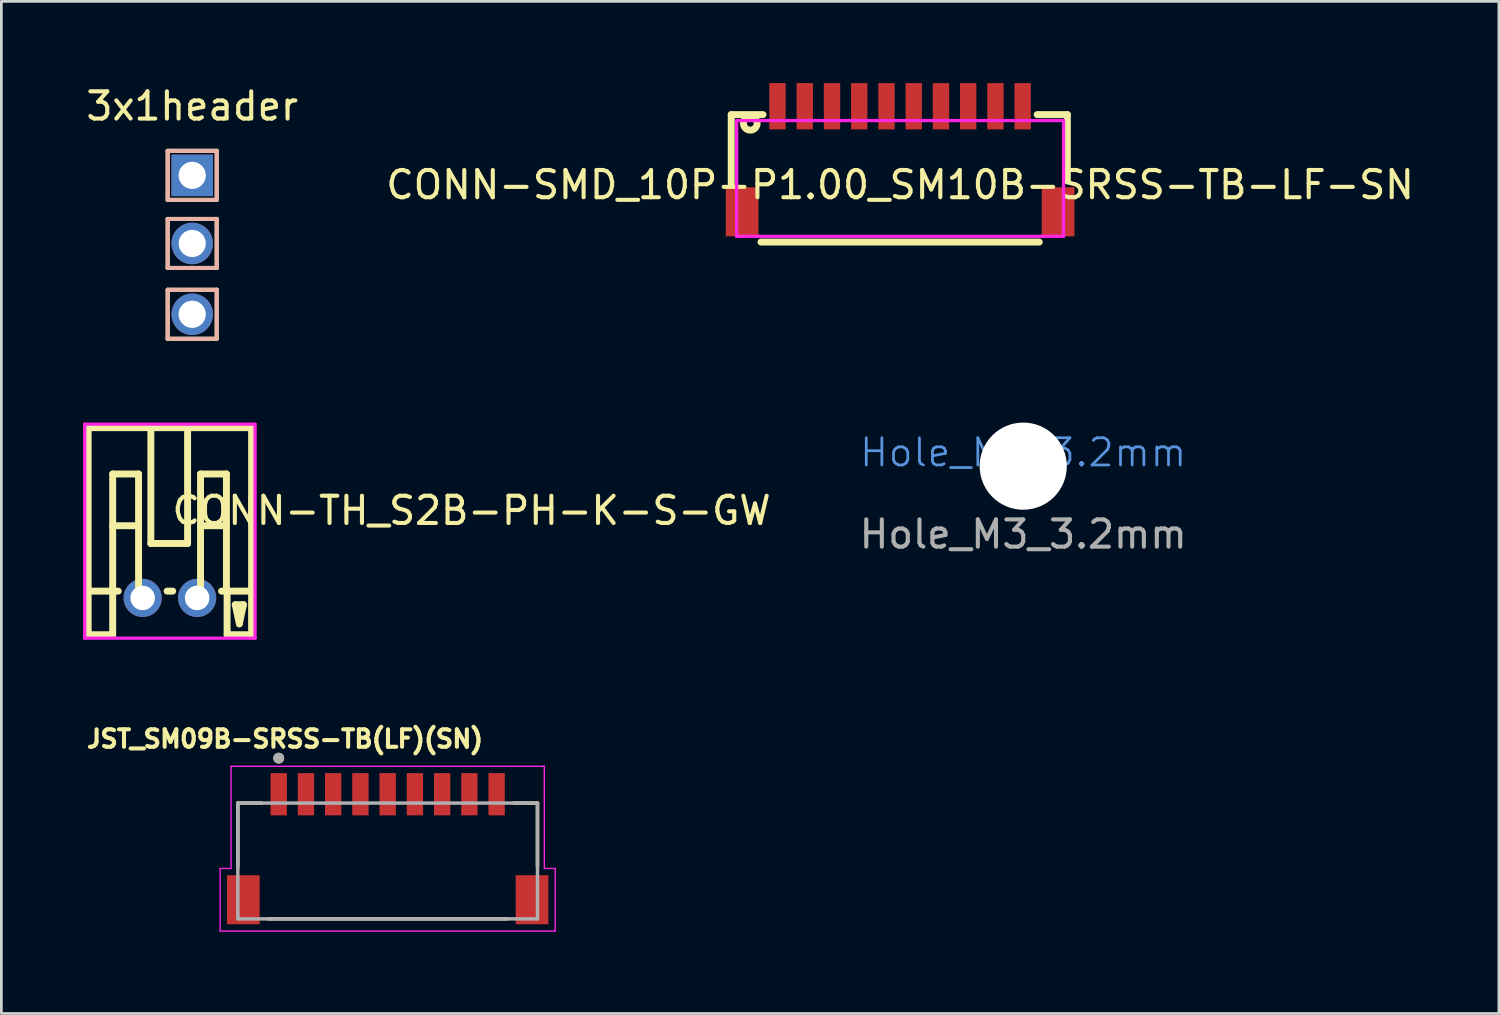
<source format=kicad_pcb>
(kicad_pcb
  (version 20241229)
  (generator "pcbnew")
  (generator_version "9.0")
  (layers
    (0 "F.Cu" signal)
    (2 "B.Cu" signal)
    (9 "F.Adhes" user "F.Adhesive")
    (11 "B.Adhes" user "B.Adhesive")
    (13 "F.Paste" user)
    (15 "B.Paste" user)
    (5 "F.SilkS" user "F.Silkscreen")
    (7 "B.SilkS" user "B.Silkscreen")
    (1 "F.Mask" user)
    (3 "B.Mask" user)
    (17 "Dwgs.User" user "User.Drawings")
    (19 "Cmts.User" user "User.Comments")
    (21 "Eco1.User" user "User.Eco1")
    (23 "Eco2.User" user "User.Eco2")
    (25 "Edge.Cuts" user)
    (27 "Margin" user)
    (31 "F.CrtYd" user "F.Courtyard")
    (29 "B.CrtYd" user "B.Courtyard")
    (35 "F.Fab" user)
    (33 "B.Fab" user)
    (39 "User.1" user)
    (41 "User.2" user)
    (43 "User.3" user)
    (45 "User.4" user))
  (footprint "JST_SM09B-SRSS-TB(LF)(SN)"
    (layer "F.Cu")
    (at 11.182 29.982)
    (property "Reference" "JST_SM09B-SRSS-TB(LF)(SN)" (at -3.768 -5.906 0) (layer "F.SilkS") (effects (font (size 0.64 0.64) (thickness 0.15))))
    (attr smd)
    (fp_line (start -5.5 -3.55) (end -5.5 -1.22) (stroke (width 0.127) (type solid)) (layer "F.SilkS"))
    (fp_line (start -4.62 -3.55) (end -5.5 -3.55) (stroke (width 0.127) (type solid)) (layer "F.SilkS"))
    (fp_line (start -4.39 0.7) (end 4.39 0.7) (stroke (width 0.127) (type solid)) (layer "F.SilkS"))
    (fp_line (start 4.62 -3.55) (end 5.5 -3.55) (stroke (width 0.127) (type solid)) (layer "F.SilkS"))
    (fp_line (start 5.5 -3.55) (end 5.5 -1.22) (stroke (width 0.127) (type solid)) (layer "F.SilkS"))
    (fp_circle (center -4 -5.2) (end -3.9 -5.2) (stroke (width 0.2) (type solid)) (fill no) (layer "F.SilkS"))
    (fp_line (start -6.15 -1.15) (end -5.75 -1.15) (stroke (width 0.05) (type solid)) (layer "F.CrtYd"))
    (fp_line (start -6.15 1.15) (end -6.15 -1.15) (stroke (width 0.05) (type solid)) (layer "F.CrtYd"))
    (fp_line (start -5.75 -4.9) (end 5.75 -4.9) (stroke (width 0.05) (type solid)) (layer "F.CrtYd"))
    (fp_line (start -5.75 -1.15) (end -5.75 -4.9) (stroke (width 0.05) (type solid)) (layer "F.CrtYd"))
    (fp_line (start 5.75 -4.9) (end 5.75 -1.15) (stroke (width 0.05) (type solid)) (layer "F.CrtYd"))
    (fp_line (start 5.75 -1.15) (end 6.15 -1.15) (stroke (width 0.05) (type solid)) (layer "F.CrtYd"))
    (fp_line (start 6.15 -1.15) (end 6.15 1.15) (stroke (width 0.05) (type solid)) (layer "F.CrtYd"))
    (fp_line (start 6.15 1.15) (end -6.15 1.15) (stroke (width 0.05) (type solid)) (layer "F.CrtYd"))
    (fp_line (start -5.5 -3.55) (end 5.5 -3.55) (stroke (width 0.127) (type solid)) (layer "F.Fab"))
    (fp_line (start -5.5 0.7) (end -5.5 -3.55) (stroke (width 0.127) (type solid)) (layer "F.Fab"))
    (fp_line (start 5.5 -3.55) (end 5.5 0.7) (stroke (width 0.127) (type solid)) (layer "F.Fab"))
    (fp_line (start 5.5 0.7) (end -5.5 0.7) (stroke (width 0.127) (type solid)) (layer "F.Fab"))
    (fp_circle (center -4 -5.2) (end -3.9 -5.2) (stroke (width 0.2) (type solid)) (fill no) (layer "F.Fab"))
    (pad "1" smd rect (at -4 -3.875 90) (size 1.55 0.6) (layers "F.Cu" "F.Mask" "F.Paste"))
    (pad "2" smd rect (at -3 -3.875 90) (size 1.55 0.6) (layers "F.Cu" "F.Mask" "F.Paste"))
    (pad "3" smd rect (at -2 -3.875 90) (size 1.55 0.6) (layers "F.Cu" "F.Mask" "F.Paste"))
    (pad "4" smd rect (at -1 -3.875 90) (size 1.55 0.6) (layers "F.Cu" "F.Mask" "F.Paste"))
    (pad "5" smd rect (at 0 -3.875 90) (size 1.55 0.6) (layers "F.Cu" "F.Mask" "F.Paste"))
    (pad "6" smd rect (at 1 -3.875 90) (size 1.55 0.6) (layers "F.Cu" "F.Mask" "F.Paste"))
    (pad "7" smd rect (at 2 -3.875 90) (size 1.55 0.6) (layers "F.Cu" "F.Mask" "F.Paste"))
    (pad "8" smd rect (at 3 -3.875 90) (size 1.55 0.6) (layers "F.Cu" "F.Mask" "F.Paste"))
    (pad "9" smd rect (at 4 -3.875 90) (size 1.55 0.6) (layers "F.Cu" "F.Mask" "F.Paste"))
    (pad "S1" smd rect (at -5.3 0 90) (size 1.8 1.2) (layers "F.Cu" "F.Mask" "F.Paste"))
    (pad "S2" smd rect (at 5.3 0 90) (size 1.8 1.2) (layers "F.Cu" "F.Mask" "F.Paste")))
  (footprint "3x1header"
    (layer "F.Cu")
    (at 4.006 3.388)
    (property "Reference" "3x1header" (at 0 -2.54 0) (layer "F.SilkS") (effects (font (size 1 1) (thickness 0.15))))
    (attr through_hole)
    (fp_line (start -0.9 -0.9) (end 0.9 -0.9) (stroke (width 0.15) (type solid)) (layer "F.SilkS"))
    (fp_line (start -0.9 0.9) (end -0.9 -0.9) (stroke (width 0.15) (type solid)) (layer "F.SilkS"))
    (fp_line (start -0.9 1.6) (end -0.9 3.4) (stroke (width 0.15) (type solid)) (layer "F.SilkS"))
    (fp_line (start -0.9 1.6) (end 0.9 1.6) (stroke (width 0.15) (type solid)) (layer "F.SilkS"))
    (fp_line (start -0.9 4.2) (end -0.9 6) (stroke (width 0.15) (type solid)) (layer "F.SilkS"))
    (fp_line (start -0.9 4.2) (end 0.9 4.2) (stroke (width 0.15) (type solid)) (layer "F.SilkS"))
    (fp_line (start 0.9 -0.9) (end 0.9 0.9) (stroke (width 0.15) (type solid)) (layer "F.SilkS"))
    (fp_line (start 0.9 0.9) (end -0.9 0.9) (stroke (width 0.15) (type solid)) (layer "F.SilkS"))
    (fp_line (start 0.9 1.6) (end 0.9 3.4) (stroke (width 0.15) (type solid)) (layer "F.SilkS"))
    (fp_line (start 0.9 3.4) (end -0.9 3.4) (stroke (width 0.15) (type solid)) (layer "F.SilkS"))
    (fp_line (start 0.9 4.2) (end 0.9 6) (stroke (width 0.15) (type solid)) (layer "F.SilkS"))
    (fp_line (start 0.9 6) (end -0.9 6) (stroke (width 0.15) (type solid)) (layer "F.SilkS"))
    (fp_line (start -0.9 -0.9) (end 0.9 -0.9) (stroke (width 0.15) (type solid)) (layer "B.SilkS"))
    (fp_line (start -0.9 0.9) (end -0.9 -0.9) (stroke (width 0.15) (type solid)) (layer "B.SilkS"))
    (fp_line (start -0.9 1.6) (end 0.9 1.6) (stroke (width 0.15) (type solid)) (layer "B.SilkS"))
    (fp_line (start -0.9 3.4) (end -0.9 1.6) (stroke (width 0.15) (type solid)) (layer "B.SilkS"))
    (fp_line (start -0.9 4.2) (end 0.9 4.2) (stroke (width 0.15) (type solid)) (layer "B.SilkS"))
    (fp_line (start -0.9 6) (end -0.9 4.2) (stroke (width 0.15) (type solid)) (layer "B.SilkS"))
    (fp_line (start 0.9 -0.9) (end 0.9 0.9) (stroke (width 0.15) (type solid)) (layer "B.SilkS"))
    (fp_line (start 0.9 0.9) (end -0.9 0.9) (stroke (width 0.15) (type solid)) (layer "B.SilkS"))
    (fp_line (start 0.9 1.6) (end 0.9 3.4) (stroke (width 0.15) (type solid)) (layer "B.SilkS"))
    (fp_line (start 0.9 3.4) (end -0.9 3.4) (stroke (width 0.15) (type solid)) (layer "B.SilkS"))
    (fp_line (start 0.9 4.2) (end 0.9 6) (stroke (width 0.15) (type solid)) (layer "B.SilkS"))
    (fp_line (start 0.9 6) (end -0.9 6) (stroke (width 0.15) (type solid)) (layer "B.SilkS"))
    (pad "1" thru_hole rect (at 0 0 90) (size 1.524 1.524) (drill 1) (layers "*.Cu" "*.Mask"))
    (pad "2" thru_hole circle (at 0 2.5) (size 1.524 1.524) (drill 1) (layers "*.Cu" "*.Mask"))
    (pad "3" thru_hole circle (at 0 5.1) (size 1.524 1.524) (drill 1) (layers "*.Cu" "*.Mask")))
  (footprint "CONN-TH_S2B-PH-K-S-GW"
    (layer "F.Cu")
    (at 3.187 18.901)
    (property "Reference" "CONN-TH_S2B-PH-K-S-GW" (at 0 -3.207 0) (layer "F.SilkS") (effects (font (size 1 1) (thickness 0.15)) (justify left)))
    (attr through_hole)
    (fp_line (start -3 -6.25) (end 3 -6.25) (stroke (width 0.254) (type solid)) (layer "F.SilkS"))
    (fp_line (start -3 -0.25) (end -3 -6.25) (stroke (width 0.254) (type solid)) (layer "F.SilkS"))
    (fp_line (start -3 -0.25) (end -3 1.35) (stroke (width 0.254) (type solid)) (layer "F.SilkS"))
    (fp_line (start -3 -0.25) (end -1.897 -0.25) (stroke (width 0.254) (type solid)) (layer "F.SilkS"))
    (fp_line (start -3 1.35) (end -2.1 1.35) (stroke (width 0.254) (type solid)) (layer "F.SilkS"))
    (fp_line (start -2.1 -4.55) (end -1.15 -4.55) (stroke (width 0.254) (type solid)) (layer "F.SilkS"))
    (fp_line (start -2.1 -2.65) (end -1.15 -2.65) (stroke (width 0.254) (type solid)) (layer "F.SilkS"))
    (fp_line (start -2.1 -0.25) (end -2.1 -4.55) (stroke (width 0.254) (type solid)) (layer "F.SilkS"))
    (fp_line (start -2.1 1.35) (end -2.1 -0.25) (stroke (width 0.254) (type solid)) (layer "F.SilkS"))
    (fp_line (start -1.15 -4.55) (end -1.15 -0.25) (stroke (width 0.254) (type solid)) (layer "F.SilkS"))
    (fp_line (start -0.7 -6.25) (end -0.699 -6.251) (stroke (width 0.254) (type solid)) (layer "F.SilkS"))
    (fp_line (start -0.699 -6.251) (end -0.699 -1.999) (stroke (width 0.254) (type solid)) (layer "F.SilkS"))
    (fp_line (start -0.699 -1.999) (end 0.65 -1.999) (stroke (width 0.254) (type solid)) (layer "F.SilkS"))
    (fp_line (start -0.103 -0.25) (end 0.103 -0.25) (stroke (width 0.254) (type solid)) (layer "F.SilkS"))
    (fp_line (start 0.65 -1.999) (end 0.65 -6.251) (stroke (width 0.254) (type solid)) (layer "F.SilkS"))
    (fp_line (start 1.125 -4.55) (end 2.075 -4.55) (stroke (width 0.254) (type solid)) (layer "F.SilkS"))
    (fp_line (start 1.125 -2.65) (end 2.075 -2.65) (stroke (width 0.254) (type solid)) (layer "F.SilkS"))
    (fp_line (start 1.125 -0.25) (end 1.125 -4.55) (stroke (width 0.254) (type solid)) (layer "F.SilkS"))
    (fp_line (start 1.897 -0.25) (end 3 -0.25) (stroke (width 0.254) (type solid)) (layer "F.SilkS"))
    (fp_line (start 2.075 -4.55) (end 2.075 -0.25) (stroke (width 0.254) (type solid)) (layer "F.SilkS"))
    (fp_line (start 2.1 1.35) (end 2.1 -0.25) (stroke (width 0.254) (type solid)) (layer "F.SilkS"))
    (fp_line (start 2.4 0.25) (end 2.7 0.25) (stroke (width 0.254) (type solid)) (layer "F.SilkS"))
    (fp_line (start 2.55 0.95) (end 2.4 0.25) (stroke (width 0.254) (type solid)) (layer "F.SilkS"))
    (fp_line (start 2.7 0.25) (end 2.55 0.95) (stroke (width 0.254) (type solid)) (layer "F.SilkS"))
    (fp_line (start 3 -6.25) (end 3 -0.25) (stroke (width 0.254) (type solid)) (layer "F.SilkS"))
    (fp_line (start 3 -0.25) (end 3 1.35) (stroke (width 0.254) (type solid)) (layer "F.SilkS"))
    (fp_line (start 3 1.35) (end 2.1 1.35) (stroke (width 0.254) (type solid)) (layer "F.SilkS"))
    (fp_circle (center -1 0) (end -0.825 0) (stroke (width 0.35) (type solid)) (fill no) (layer "Eco2.User"))
    (fp_circle (center 1 0) (end 1.175 0) (stroke (width 0.35) (type solid)) (fill no) (layer "Eco2.User"))
    (fp_circle (center 3.127 -6.378) (end 3.157 -6.378) (stroke (width 0.06) (type solid)) (fill no) (layer "Eco2.User"))
    (fp_line (start -3.127 -6.378) (end 3.127 -6.378) (stroke (width 0.12) (type solid)) (layer "F.CrtYd"))
    (fp_line (start -3.127 1.477) (end -3.127 -6.378) (stroke (width 0.12) (type solid)) (layer "F.CrtYd"))
    (fp_line (start 3.127 -6.378) (end 3.127 1.477) (stroke (width 0.12) (type solid)) (layer "F.CrtYd"))
    (fp_line (start 3.127 1.477) (end -3.127 1.477) (stroke (width 0.12) (type solid)) (layer "F.CrtYd"))
    (pad "1" thru_hole circle (at 1 0) (size 1.4 1.4) (drill 0.9) (layers "*.Cu" "*.Mask"))
    (pad "2" thru_hole circle (at -1 0) (size 1.4 1.4) (drill 0.9) (layers "*.Cu" "*.Mask")))
  (footprint "CONN-SMD_10P-P1.00_SM10B-SRSS-TB-LF-SN"
    (layer "F.Cu")
    (at 29.994 4.736)
    (property "Reference" "CONN-SMD_10P-P1.00_SM10B-SRSS-TB-LF-SN" (at 0 -1 0) (layer "F.SilkS") (effects (font (size 1 1) (thickness 0.15))))
    (attr smd)
    (fp_line (start -6.2 -3.578) (end -5.031 -3.578) (stroke (width 0.254) (type solid)) (layer "F.SilkS"))
    (fp_line (start -6.2 -1.038) (end -6.2 -3.578) (stroke (width 0.254) (type solid)) (layer "F.SilkS"))
    (fp_line (start 5.031 -3.578) (end 6.14 -3.578) (stroke (width 0.254) (type solid)) (layer "F.SilkS"))
    (fp_line (start 5.108 1.1) (end -5.108 1.1) (stroke (width 0.254) (type solid)) (layer "F.SilkS"))
    (fp_line (start 6.14 -3.578) (end 6.14 -1.141) (stroke (width 0.254) (type solid)) (layer "F.SilkS"))
    (fp_circle (center -5.5 -3.26) (end -5.375 -3.26) (stroke (width 0.254) (type solid)) (fill no) (layer "F.SilkS"))
    (fp_circle (center -6 -4.06) (end -5.97 -4.06) (stroke (width 0.06) (type solid)) (fill no) (layer "Eco2.User"))
    (fp_poly (pts (xy -6 -0.76) (xy -5.6 -0.76) (xy -5.6 0.74) (xy -6 0.74)) (stroke (width 0.12) (type solid)) (fill no) (layer "Eco2.User"))
    (fp_poly (pts (xy -4.65 -4.06) (xy -4.35 -4.06) (xy -4.35 -3.06) (xy -4.65 -3.06)) (stroke (width 0.12) (type solid)) (fill no) (layer "Eco2.User"))
    (fp_poly (pts (xy -3.65 -4.06) (xy -3.35 -4.06) (xy -3.35 -3.06) (xy -3.65 -3.06)) (stroke (width 0.12) (type solid)) (fill no) (layer "Eco2.User"))
    (fp_poly (pts (xy -2.65 -4.06) (xy -2.35 -4.06) (xy -2.35 -3.06) (xy -2.65 -3.06)) (stroke (width 0.12) (type solid)) (fill no) (layer "Eco2.User"))
    (fp_poly (pts (xy -1.65 -4.06) (xy -1.35 -4.06) (xy -1.35 -3.06) (xy -1.65 -3.06)) (stroke (width 0.12) (type solid)) (fill no) (layer "Eco2.User"))
    (fp_poly (pts (xy -0.65 -4.06) (xy -0.35 -4.06) (xy -0.35 -3.06) (xy -0.65 -3.06)) (stroke (width 0.12) (type solid)) (fill no) (layer "Eco2.User"))
    (fp_poly (pts (xy 0.35 -4.06) (xy 0.65 -4.06) (xy 0.65 -3.06) (xy 0.35 -3.06)) (stroke (width 0.12) (type solid)) (fill no) (layer "Eco2.User"))
    (fp_poly (pts (xy 1.35 -4.06) (xy 1.65 -4.06) (xy 1.65 -3.06) (xy 1.35 -3.06)) (stroke (width 0.12) (type solid)) (fill no) (layer "Eco2.User"))
    (fp_poly (pts (xy 2.35 -4.06) (xy 2.65 -4.06) (xy 2.65 -3.06) (xy 2.35 -3.06)) (stroke (width 0.12) (type solid)) (fill no) (layer "Eco2.User"))
    (fp_poly (pts (xy 3.35 -4.06) (xy 3.65 -4.06) (xy 3.65 -3.06) (xy 3.35 -3.06)) (stroke (width 0.12) (type solid)) (fill no) (layer "Eco2.User"))
    (fp_poly (pts (xy 4.35 -4.06) (xy 4.65 -4.06) (xy 4.65 -3.06) (xy 4.35 -3.06)) (stroke (width 0.12) (type solid)) (fill no) (layer "Eco2.User"))
    (fp_poly (pts (xy 5.6 -0.76) (xy 6 -0.76) (xy 6 0.74) (xy 5.6 0.74)) (stroke (width 0.12) (type solid)) (fill no) (layer "Eco2.User"))
    (fp_line (start -6 -3.36) (end 6 -3.36) (stroke (width 0.12) (type solid)) (layer "F.CrtYd"))
    (fp_line (start -6 0.89) (end -6 -3.36) (stroke (width 0.12) (type solid)) (layer "F.CrtYd"))
    (fp_line (start 6 -3.36) (end 6 0.89) (stroke (width 0.12) (type solid)) (layer "F.CrtYd"))
    (fp_line (start 6 0.89) (end -6 0.89) (stroke (width 0.12) (type solid)) (layer "F.CrtYd"))
    (pad "1" smd rect (at -4.5 -3.886) (size 0.6 1.7) (layers "F.Cu" "F.Mask" "F.Paste"))
    (pad "2" smd rect (at -3.5 -3.886) (size 0.6 1.7) (layers "F.Cu" "F.Mask" "F.Paste"))
    (pad "3" smd rect (at -2.5 -3.885) (size 0.6 1.7) (layers "F.Cu" "F.Mask" "F.Paste"))
    (pad "4" smd rect (at -1.5 -3.885) (size 0.6 1.7) (layers "F.Cu" "F.Mask" "F.Paste"))
    (pad "5" smd rect (at -0.5 -3.885) (size 0.6 1.7) (layers "F.Cu" "F.Mask" "F.Paste"))
    (pad "6" smd rect (at 0.5 -3.885) (size 0.6 1.7) (layers "F.Cu" "F.Mask" "F.Paste"))
    (pad "7" smd rect (at 1.5 -3.885) (size 0.6 1.7) (layers "F.Cu" "F.Mask" "F.Paste"))
    (pad "8" smd rect (at 2.5 -3.885) (size 0.6 1.7) (layers "F.Cu" "F.Mask" "F.Paste"))
    (pad "9" smd rect (at 3.5 -3.885) (size 0.6 1.7) (layers "F.Cu" "F.Mask" "F.Paste"))
    (pad "10" smd rect (at 4.5 -3.885) (size 0.6 1.7) (layers "F.Cu" "F.Mask" "F.Paste"))
    (pad "S1" smd rect (at -5.8 -0.01) (size 1.2 1.8) (layers "F.Cu" "F.Mask" "F.Paste"))
    (pad "S2" smd rect (at 5.8 -0.01) (size 1.2 1.8) (layers "F.Cu" "F.Mask" "F.Paste")))
  (footprint "Hole_M3_3.2mm"
    (layer "F.Cu")
    (at 34.514 14.063)
    (property "Reference" "Hole_M3_3.2mm" (at 0 -0.5 0) (unlocked yes) (layer "Cmts.User") (effects (font (size 1 1) (thickness 0.1))))
    (attr smd)
    (fp_text user "${REFERENCE}" (at 0 2.5 0) (unlocked yes) (layer "F.Fab") (effects (font (size 1 1) (thickness 0.15))))
    (pad "" np_thru_hole circle (at 0 0) (size 3.2 3.2) (drill 3.2) (layers "*.Cu" "*.Mask")))
  (gr_rect
    (start -3 -3)
    (end 51.976 34.157)
    (stroke (width 0.1) (type default))
    (fill no)
    (layer "Edge.Cuts")))
</source>
